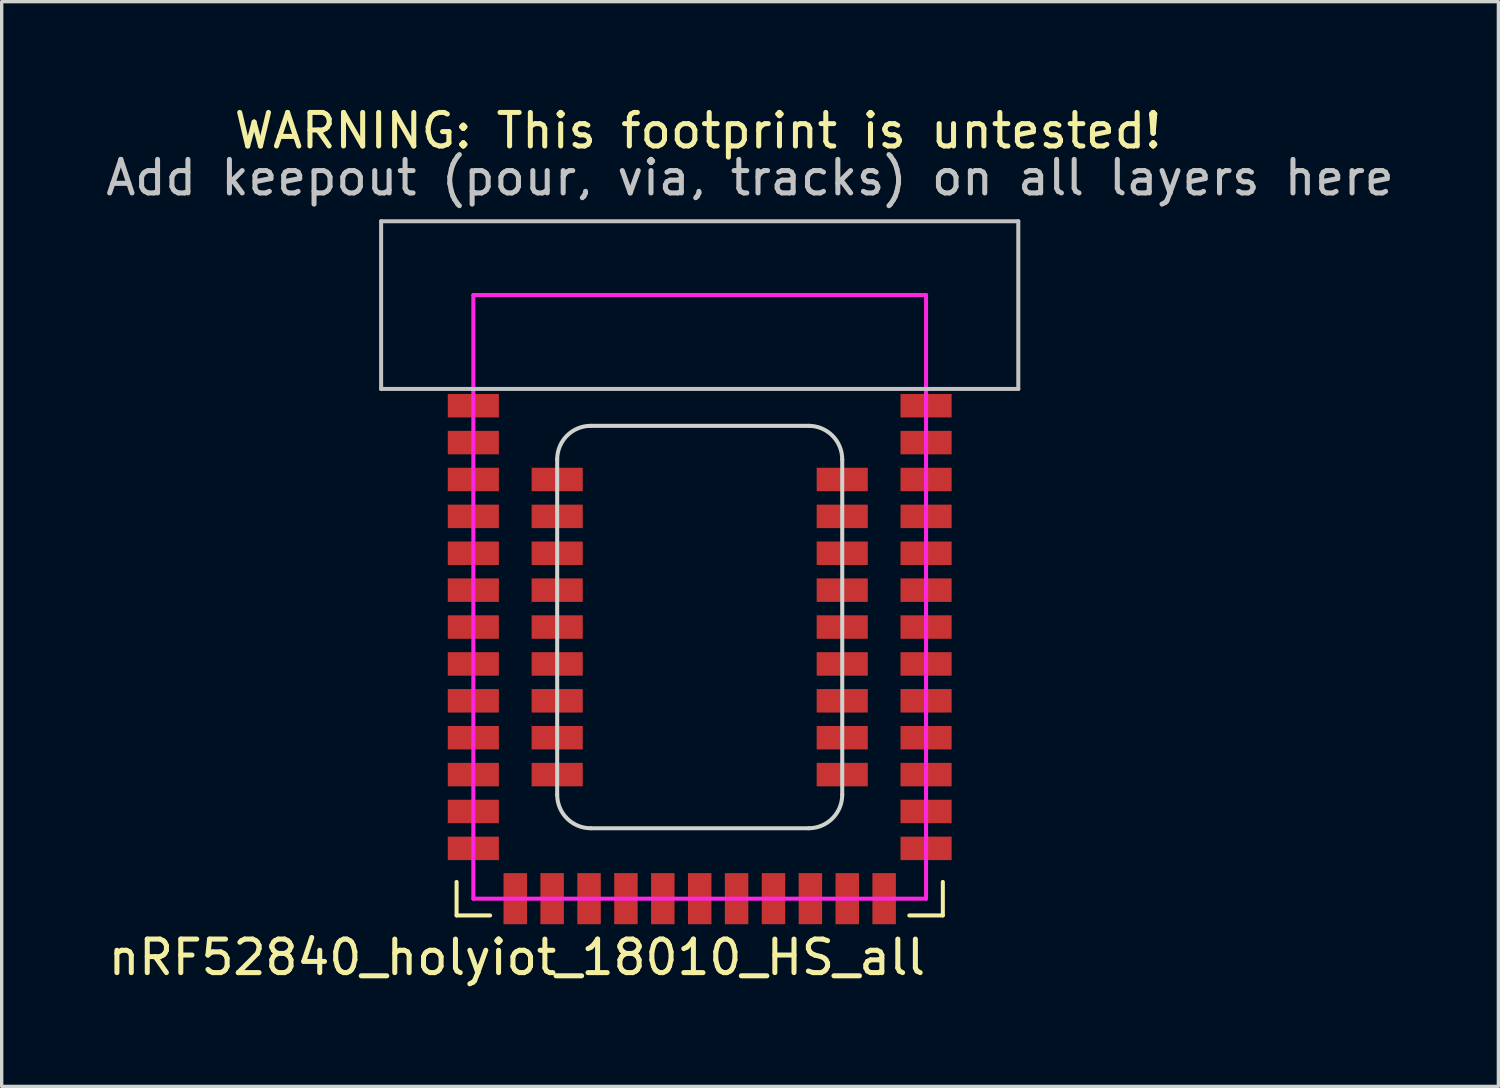
<source format=kicad_pcb>
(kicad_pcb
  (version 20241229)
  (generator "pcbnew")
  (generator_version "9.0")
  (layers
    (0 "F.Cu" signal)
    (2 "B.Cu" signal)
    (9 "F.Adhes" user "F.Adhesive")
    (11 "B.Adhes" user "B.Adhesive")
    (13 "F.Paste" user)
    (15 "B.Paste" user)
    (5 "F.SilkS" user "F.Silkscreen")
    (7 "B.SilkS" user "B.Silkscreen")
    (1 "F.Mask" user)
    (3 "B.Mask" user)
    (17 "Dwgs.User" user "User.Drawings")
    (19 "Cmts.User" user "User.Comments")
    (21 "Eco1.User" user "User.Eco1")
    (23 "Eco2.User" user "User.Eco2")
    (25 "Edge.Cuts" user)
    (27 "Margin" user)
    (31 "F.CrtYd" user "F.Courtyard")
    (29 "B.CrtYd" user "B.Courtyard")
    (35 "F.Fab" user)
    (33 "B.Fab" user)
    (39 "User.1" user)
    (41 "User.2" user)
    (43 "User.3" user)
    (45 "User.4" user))
  (footprint "nRF52840_holyiot_18010_HS_all"
    (layer "F.Cu")
    (at 17.815 14.748)
    (property "Reference" "nRF52840_holyiot_18010_HS_all" (at -5.45 10.75 0) (layer "F.SilkS") (effects (font (size 1 1) (thickness 0.15))))
    (attr through_hole)
    (fp_line (start -7.25 8.5) (end -7.25 9.5) (stroke (width 0.12) (type solid)) (layer "F.SilkS"))
    (fp_line (start -6.25 9.5) (end -7.25 9.5) (stroke (width 0.12) (type solid)) (layer "F.SilkS"))
    (fp_line (start 6.25 9.5) (end 7.25 9.5) (stroke (width 0.12) (type solid)) (layer "F.SilkS"))
    (fp_line (start 7.25 8.5) (end 7.25 9.5) (stroke (width 0.12) (type solid)) (layer "F.SilkS"))
    (fp_line (start -9.5 -11.2) (end 9.5 -11.2) (stroke (width 0.12) (type solid)) (layer "Dwgs.User"))
    (fp_line (start -9.5 -6.2) (end -9.5 -11.2) (stroke (width 0.12) (type solid)) (layer "Dwgs.User"))
    (fp_line (start 9.5 -11.2) (end 9.5 -6.2) (stroke (width 0.12) (type solid)) (layer "Dwgs.User"))
    (fp_line (start 9.5 -6.2) (end -9.5 -6.2) (stroke (width 0.12) (type solid)) (layer "Dwgs.User"))
    (fp_line (start -4.25 5.9) (end -4.25 -4.1) (stroke (width 0.12) (type solid)) (layer "Edge.Cuts"))
    (fp_line (start -3.25 -5.1) (end 3.25 -5.1) (stroke (width 0.12) (type solid)) (layer "Edge.Cuts"))
    (fp_line (start 3.25 6.9) (end -3.25 6.9) (stroke (width 0.12) (type solid)) (layer "Edge.Cuts"))
    (fp_line (start 4.25 -4.1) (end 4.25 5.9) (stroke (width 0.12) (type solid)) (layer "Edge.Cuts"))
    (fp_arc (start -4.25 -4.1) (mid -3.957107 -4.807107) (end -3.25 -5.1) (stroke (width 0.12) (type solid)) (layer "Edge.Cuts"))
    (fp_arc (start -3.25 6.9) (mid -3.957107 6.607107) (end -4.25 5.9) (stroke (width 0.12) (type solid)) (layer "Edge.Cuts"))
    (fp_arc (start 3.25 -5.1) (mid 3.957107 -4.807107) (end 4.25 -4.1) (stroke (width 0.12) (type solid)) (layer "Edge.Cuts"))
    (fp_arc (start 4.25 5.9) (mid 3.957107 6.607107) (end 3.25 6.9) (stroke (width 0.12) (type solid)) (layer "Edge.Cuts"))
    (fp_line (start -6.75 -9) (end 6.75 -9) (stroke (width 0.12) (type solid)) (layer "F.CrtYd"))
    (fp_line (start -6.75 9) (end -6.75 -9) (stroke (width 0.12) (type solid)) (layer "F.CrtYd"))
    (fp_line (start 6.75 -9) (end 6.75 9) (stroke (width 0.12) (type solid)) (layer "F.CrtYd"))
    (fp_line (start 6.75 9) (end -6.75 9) (stroke (width 0.12) (type solid)) (layer "F.CrtYd"))
    (fp_text user "WARNING: This footprint is untested!" (at -0.05 -13.9 0) (layer "F.SilkS") (effects (font (size 1 1) (thickness 0.15))))
    (fp_text user "Add keepout (pour, via, tracks) on all layers here" (at 1.5 -12.5 0) (layer "Dwgs.User") (effects (font (size 1 1) (thickness 0.15))))
    (pad "1" smd rect (at -6.75 -5.7) (size 1.524 0.7) (layers "F.Cu" "F.Mask" "F.Paste"))
    (pad "2" smd rect (at -6.75 -4.6) (size 1.524 0.7) (layers "F.Cu" "F.Mask" "F.Paste"))
    (pad "3" smd rect (at -6.75 -3.5) (size 1.524 0.7) (layers "F.Cu" "F.Mask" "F.Paste"))
    (pad "4" smd rect (at -6.75 -2.4) (size 1.524 0.7) (layers "F.Cu" "F.Mask" "F.Paste"))
    (pad "5" smd rect (at -6.75 -1.3) (size 1.524 0.7) (layers "F.Cu" "F.Mask" "F.Paste"))
    (pad "6" smd rect (at -6.75 -0.2) (size 1.524 0.7) (layers "F.Cu" "F.Mask" "F.Paste"))
    (pad "7" smd rect (at -6.75 0.9) (size 1.524 0.7) (layers "F.Cu" "F.Mask" "F.Paste"))
    (pad "8" smd rect (at -6.75 2) (size 1.524 0.7) (layers "F.Cu" "F.Mask" "F.Paste"))
    (pad "9" smd rect (at -6.75 3.1) (size 1.524 0.7) (layers "F.Cu" "F.Mask" "F.Paste"))
    (pad "10" smd rect (at -6.75 4.2) (size 1.524 0.7) (layers "F.Cu" "F.Mask" "F.Paste"))
    (pad "11" smd rect (at -6.75 5.3) (size 1.524 0.7) (layers "F.Cu" "F.Mask" "F.Paste"))
    (pad "12" smd rect (at -6.75 6.4) (size 1.524 0.7) (layers "F.Cu" "F.Mask" "F.Paste"))
    (pad "13" smd rect (at -6.75 7.5) (size 1.524 0.7) (layers "F.Cu" "F.Mask" "F.Paste"))
    (pad "14" smd rect (at -5.5 9 90) (size 1.524 0.7) (layers "F.Cu" "F.Mask" "F.Paste"))
    (pad "15" smd rect (at -4.4 9 90) (size 1.524 0.7) (layers "F.Cu" "F.Mask" "F.Paste"))
    (pad "16" smd rect (at -3.3 9 90) (size 1.524 0.7) (layers "F.Cu" "F.Mask" "F.Paste"))
    (pad "17" smd rect (at -2.2 9 90) (size 1.524 0.7) (layers "F.Cu" "F.Mask" "F.Paste"))
    (pad "18" smd rect (at -1.1 9 90) (size 1.524 0.7) (layers "F.Cu" "F.Mask" "F.Paste"))
    (pad "19" smd rect (at 0 9 90) (size 1.524 0.7) (layers "F.Cu" "F.Mask" "F.Paste"))
    (pad "20" smd rect (at 1.1 9 90) (size 1.524 0.7) (layers "F.Cu" "F.Mask" "F.Paste"))
    (pad "21" smd rect (at 2.2 9 90) (size 1.524 0.7) (layers "F.Cu" "F.Mask" "F.Paste"))
    (pad "22" smd rect (at 3.3 9 90) (size 1.524 0.7) (layers "F.Cu" "F.Mask" "F.Paste"))
    (pad "23" smd rect (at 4.4 9 90) (size 1.524 0.7) (layers "F.Cu" "F.Mask" "F.Paste"))
    (pad "24" smd rect (at 5.5 9 90) (size 1.524 0.7) (layers "F.Cu" "F.Mask" "F.Paste"))
    (pad "25" smd rect (at 6.75 7.5 180) (size 1.524 0.7) (layers "F.Cu" "F.Mask" "F.Paste"))
    (pad "26" smd rect (at 6.75 6.4 180) (size 1.524 0.7) (layers "F.Cu" "F.Mask" "F.Paste"))
    (pad "27" smd rect (at 6.75 5.3 180) (size 1.524 0.7) (layers "F.Cu" "F.Mask" "F.Paste"))
    (pad "28" smd rect (at 6.75 4.2 180) (size 1.524 0.7) (layers "F.Cu" "F.Mask" "F.Paste"))
    (pad "29" smd rect (at 6.75 3.1 180) (size 1.524 0.7) (layers "F.Cu" "F.Mask" "F.Paste"))
    (pad "30" smd rect (at 6.75 2 180) (size 1.524 0.7) (layers "F.Cu" "F.Mask" "F.Paste"))
    (pad "31" smd rect (at 6.75 0.9 180) (size 1.524 0.7) (layers "F.Cu" "F.Mask" "F.Paste"))
    (pad "32" smd rect (at 6.75 -0.2 180) (size 1.524 0.7) (layers "F.Cu" "F.Mask" "F.Paste"))
    (pad "33" smd rect (at 6.75 -1.3 180) (size 1.524 0.7) (layers "F.Cu" "F.Mask" "F.Paste"))
    (pad "34" smd rect (at 6.75 -2.4 180) (size 1.524 0.7) (layers "F.Cu" "F.Mask" "F.Paste"))
    (pad "35" smd rect (at 6.75 -3.5 180) (size 1.524 0.7) (layers "F.Cu" "F.Mask" "F.Paste"))
    (pad "36" smd rect (at 6.75 -4.6 180) (size 1.524 0.7) (layers "F.Cu" "F.Mask" "F.Paste"))
    (pad "37" smd rect (at 6.75 -5.7 180) (size 1.524 0.7) (layers "F.Cu" "F.Mask" "F.Paste"))
    (pad "38" smd rect (at -4.25 -3.5 180) (size 1.524 0.7) (layers "F.Cu" "F.Mask" "F.Paste"))
    (pad "39" smd rect (at -4.25 -2.4 180) (size 1.524 0.7) (layers "F.Cu" "F.Mask" "F.Paste"))
    (pad "40" smd rect (at -4.25 -1.3 180) (size 1.524 0.7) (layers "F.Cu" "F.Mask" "F.Paste"))
    (pad "41" smd rect (at -4.25 -0.2 180) (size 1.524 0.7) (layers "F.Cu" "F.Mask" "F.Paste"))
    (pad "42" smd rect (at -4.25 0.9 180) (size 1.524 0.7) (layers "F.Cu" "F.Mask" "F.Paste"))
    (pad "43" smd rect (at -4.25 2 180) (size 1.524 0.7) (layers "F.Cu" "F.Mask" "F.Paste"))
    (pad "44" smd rect (at -4.25 3.1 180) (size 1.524 0.7) (layers "F.Cu" "F.Mask" "F.Paste"))
    (pad "45" smd rect (at -4.25 4.2 180) (size 1.524 0.7) (layers "F.Cu" "F.Mask" "F.Paste"))
    (pad "46" smd rect (at -4.25 5.3 180) (size 1.524 0.7) (layers "F.Cu" "F.Mask" "F.Paste"))
    (pad "47" smd rect (at 4.25 -3.5 180) (size 1.524 0.7) (layers "F.Cu" "F.Mask" "F.Paste"))
    (pad "48" smd rect (at 4.25 -2.4 180) (size 1.524 0.7) (layers "F.Cu" "F.Mask" "F.Paste"))
    (pad "49" smd rect (at 4.25 -1.3 180) (size 1.524 0.7) (layers "F.Cu" "F.Mask" "F.Paste"))
    (pad "50" smd rect (at 4.25 -0.2 180) (size 1.524 0.7) (layers "F.Cu" "F.Mask" "F.Paste"))
    (pad "51" smd rect (at 4.25 0.9 180) (size 1.524 0.7) (layers "F.Cu" "F.Mask" "F.Paste"))
    (pad "52" smd rect (at 4.25 2 180) (size 1.524 0.7) (layers "F.Cu" "F.Mask" "F.Paste"))
    (pad "53" smd rect (at 4.25 3.1 180) (size 1.524 0.7) (layers "F.Cu" "F.Mask" "F.Paste"))
    (pad "54" smd rect (at 4.25 4.2 180) (size 1.524 0.7) (layers "F.Cu" "F.Mask" "F.Paste"))
    (pad "55" smd rect (at 4.25 5.3 180) (size 1.524 0.7) (layers "F.Cu" "F.Mask" "F.Paste")))
  (gr_rect
    (start -3 -3)
    (end 41.631 29.346)
    (stroke (width 0.1) (type default))
    (fill no)
    (layer "Edge.Cuts")))
</source>
